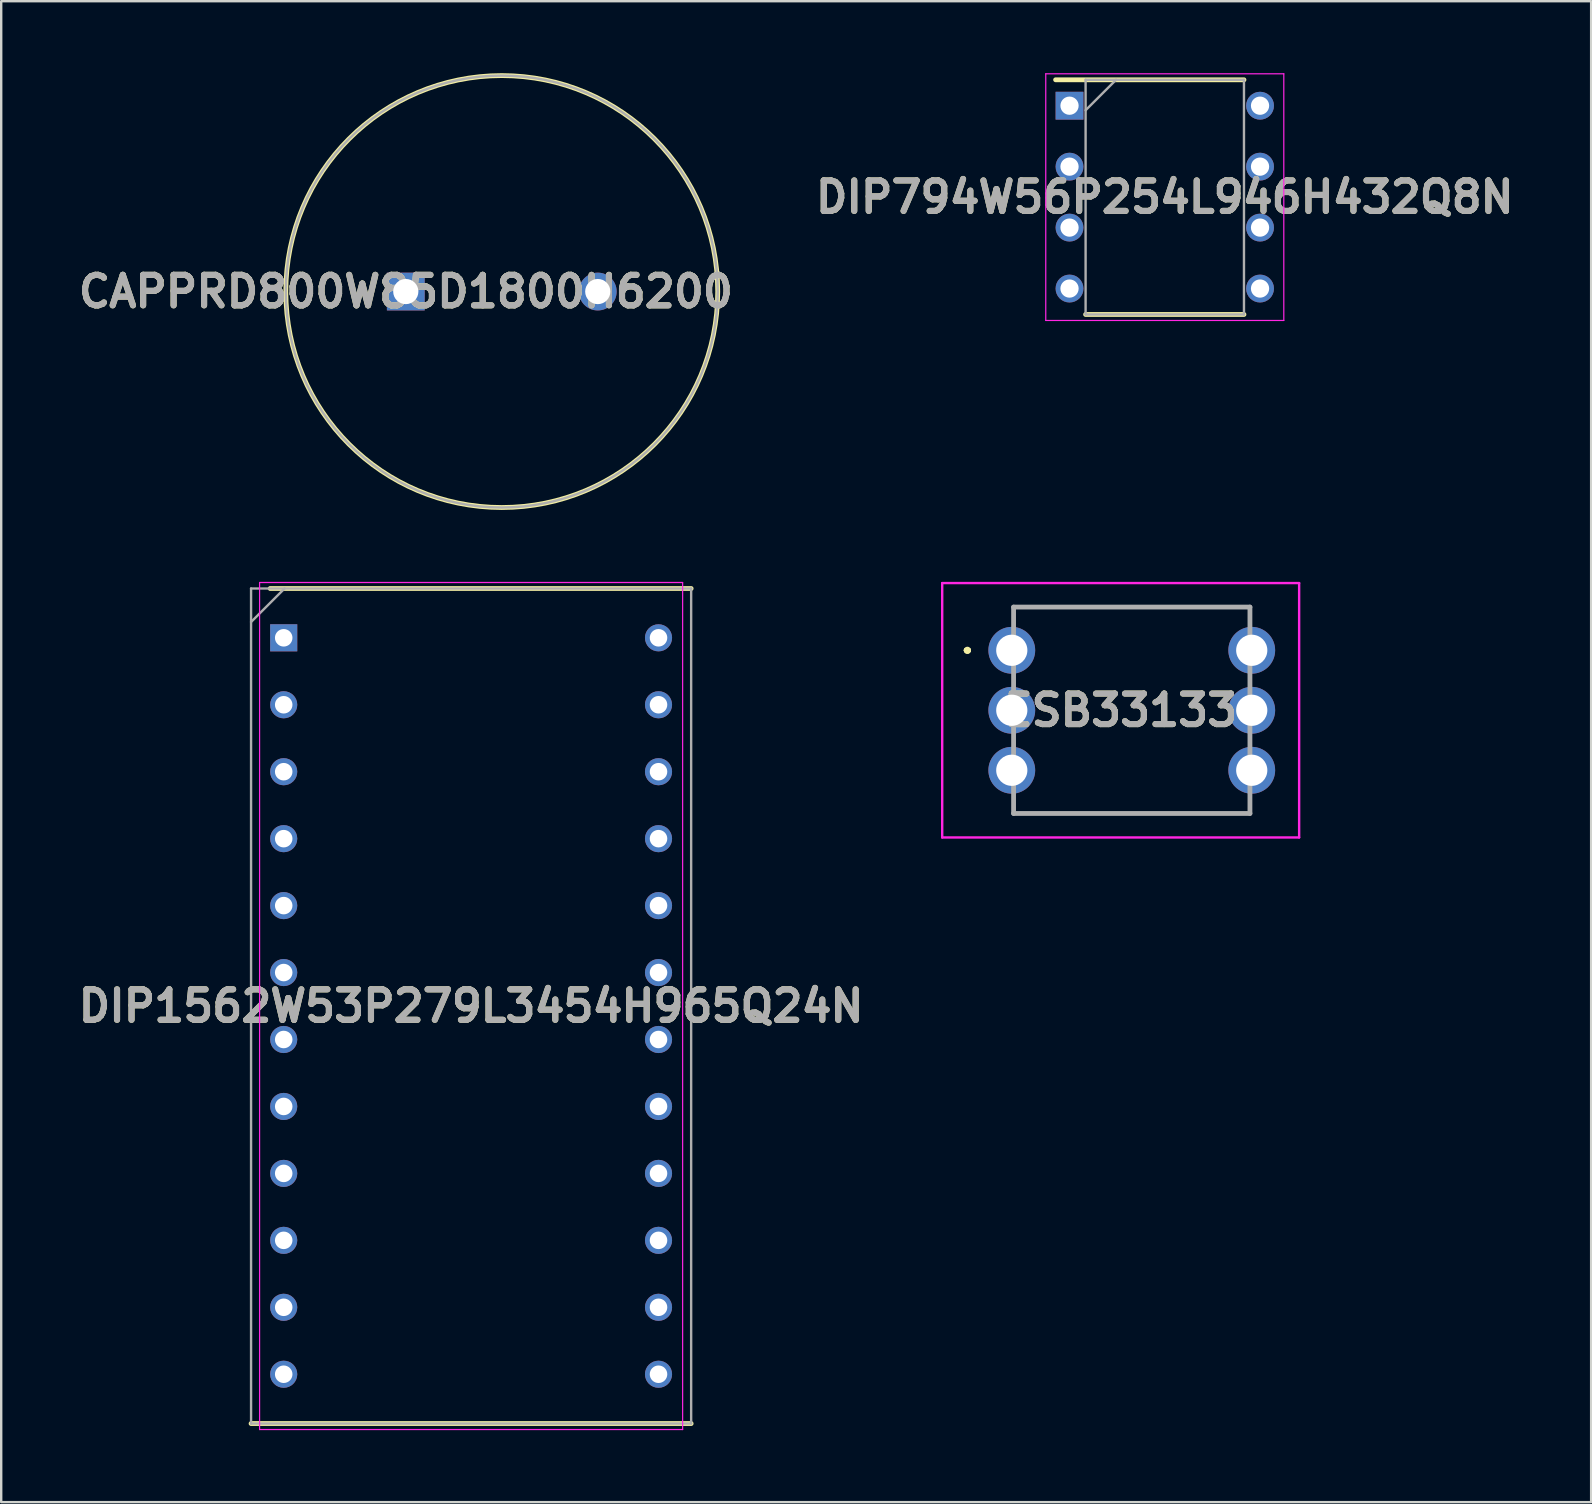
<source format=kicad_pcb>
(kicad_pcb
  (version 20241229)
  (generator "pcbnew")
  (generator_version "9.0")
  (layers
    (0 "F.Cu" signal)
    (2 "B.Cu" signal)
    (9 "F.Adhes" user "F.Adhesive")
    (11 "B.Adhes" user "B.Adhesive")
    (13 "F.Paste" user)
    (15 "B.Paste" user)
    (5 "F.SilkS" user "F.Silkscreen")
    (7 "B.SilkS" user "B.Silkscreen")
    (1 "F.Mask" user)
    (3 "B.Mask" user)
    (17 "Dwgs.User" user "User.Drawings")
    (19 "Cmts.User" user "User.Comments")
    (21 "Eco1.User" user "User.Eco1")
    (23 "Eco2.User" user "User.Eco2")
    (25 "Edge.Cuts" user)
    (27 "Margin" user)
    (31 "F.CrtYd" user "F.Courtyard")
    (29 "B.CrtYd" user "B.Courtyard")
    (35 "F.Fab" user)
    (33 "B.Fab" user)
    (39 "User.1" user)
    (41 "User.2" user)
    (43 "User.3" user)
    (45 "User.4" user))
  (footprint "CAPPRD800W85D1800H6200"
    (layer "F.Cu")
    (at 13.861 9.1)
    (property "Reference" "CAPPRD800W85D1800H6200" (at 0 0 0) (layer "F.SilkS") (effects (font (size 1.27 1.27) (thickness 0.254))))
    (attr through_hole)
    (fp_circle (center 4 0) (end 4 9) (stroke (width 0.2) (type solid)) (fill no) (layer "F.SilkS"))
    (fp_circle (center 4 0) (end 4 9) (stroke (width 0.1) (type solid)) (fill no) (layer "F.Fab"))
    (fp_text user "${REFERENCE}" (at 0 0 0) (layer "F.Fab") (effects (font (size 1.27 1.27) (thickness 0.254))))
    (pad "1" thru_hole rect (at 0 0) (size 1.575 1.575) (drill 1.05) (layers "*.Cu" "*.Mask"))
    (pad "2" thru_hole circle (at 8 0) (size 1.575 1.575) (drill 1.05) (layers "*.Cu" "*.Mask")))
  (footprint "DIP1562W53P279L3454H965Q24N"
    (layer "F.Cu")
    (at 16.583 38.875)
    (property "Reference" "DIP1562W53P279L3454H965Q24N" (at 0 0 0) (layer "F.SilkS") (effects (font (size 1.27 1.27) (thickness 0.254))))
    (attr through_hole)
    (fp_line (start -9.17 17.4) (end 9.17 17.4) (stroke (width 0.2) (type solid)) (layer "F.SilkS"))
    (fp_line (start -8.375 -17.4) (end 9.17 -17.4) (stroke (width 0.2) (type solid)) (layer "F.SilkS"))
    (fp_line (start -8.815 -17.65) (end 8.815 -17.65) (stroke (width 0.05) (type solid)) (layer "F.CrtYd"))
    (fp_line (start -8.815 17.65) (end -8.815 -17.65) (stroke (width 0.05) (type solid)) (layer "F.CrtYd"))
    (fp_line (start 8.815 -17.65) (end 8.815 17.65) (stroke (width 0.05) (type solid)) (layer "F.CrtYd"))
    (fp_line (start 8.815 17.65) (end -8.815 17.65) (stroke (width 0.05) (type solid)) (layer "F.CrtYd"))
    (fp_line (start -9.17 -17.4) (end 9.17 -17.4) (stroke (width 0.1) (type solid)) (layer "F.Fab"))
    (fp_line (start -9.17 -16.005) (end -7.775 -17.4) (stroke (width 0.1) (type solid)) (layer "F.Fab"))
    (fp_line (start -9.17 17.4) (end -9.17 -17.4) (stroke (width 0.1) (type solid)) (layer "F.Fab"))
    (fp_line (start 9.17 -17.4) (end 9.17 17.4) (stroke (width 0.1) (type solid)) (layer "F.Fab"))
    (fp_line (start 9.17 17.4) (end -9.17 17.4) (stroke (width 0.1) (type solid)) (layer "F.Fab"))
    (fp_text user "${REFERENCE}" (at 0 0 0) (layer "F.Fab") (effects (font (size 1.27 1.27) (thickness 0.254))))
    (pad "1" thru_hole rect (at -7.81 -15.345) (size 1.13 1.13) (drill 0.73) (layers "*.Cu" "*.Mask"))
    (pad "2" thru_hole circle (at -7.81 -12.555) (size 1.13 1.13) (drill 0.73) (layers "*.Cu" "*.Mask"))
    (pad "3" thru_hole circle (at -7.81 -9.765) (size 1.13 1.13) (drill 0.73) (layers "*.Cu" "*.Mask"))
    (pad "4" thru_hole circle (at -7.81 -6.975) (size 1.13 1.13) (drill 0.73) (layers "*.Cu" "*.Mask"))
    (pad "5" thru_hole circle (at -7.81 -4.185) (size 1.13 1.13) (drill 0.73) (layers "*.Cu" "*.Mask"))
    (pad "6" thru_hole circle (at -7.81 -1.395) (size 1.13 1.13) (drill 0.73) (layers "*.Cu" "*.Mask"))
    (pad "7" thru_hole circle (at -7.81 1.395) (size 1.13 1.13) (drill 0.73) (layers "*.Cu" "*.Mask"))
    (pad "8" thru_hole circle (at -7.81 4.185) (size 1.13 1.13) (drill 0.73) (layers "*.Cu" "*.Mask"))
    (pad "9" thru_hole circle (at -7.81 6.975) (size 1.13 1.13) (drill 0.73) (layers "*.Cu" "*.Mask"))
    (pad "10" thru_hole circle (at -7.81 9.765) (size 1.13 1.13) (drill 0.73) (layers "*.Cu" "*.Mask"))
    (pad "11" thru_hole circle (at -7.81 12.555) (size 1.13 1.13) (drill 0.73) (layers "*.Cu" "*.Mask"))
    (pad "12" thru_hole circle (at -7.81 15.345) (size 1.13 1.13) (drill 0.73) (layers "*.Cu" "*.Mask"))
    (pad "13" thru_hole circle (at 7.81 15.345) (size 1.13 1.13) (drill 0.73) (layers "*.Cu" "*.Mask"))
    (pad "14" thru_hole circle (at 7.81 12.555) (size 1.13 1.13) (drill 0.73) (layers "*.Cu" "*.Mask"))
    (pad "15" thru_hole circle (at 7.81 9.765) (size 1.13 1.13) (drill 0.73) (layers "*.Cu" "*.Mask"))
    (pad "16" thru_hole circle (at 7.81 6.975) (size 1.13 1.13) (drill 0.73) (layers "*.Cu" "*.Mask"))
    (pad "17" thru_hole circle (at 7.81 4.185) (size 1.13 1.13) (drill 0.73) (layers "*.Cu" "*.Mask"))
    (pad "18" thru_hole circle (at 7.81 1.395) (size 1.13 1.13) (drill 0.73) (layers "*.Cu" "*.Mask"))
    (pad "19" thru_hole circle (at 7.81 -1.395) (size 1.13 1.13) (drill 0.73) (layers "*.Cu" "*.Mask"))
    (pad "20" thru_hole circle (at 7.81 -4.185) (size 1.13 1.13) (drill 0.73) (layers "*.Cu" "*.Mask"))
    (pad "21" thru_hole circle (at 7.81 -6.975) (size 1.13 1.13) (drill 0.73) (layers "*.Cu" "*.Mask"))
    (pad "22" thru_hole circle (at 7.81 -9.765) (size 1.13 1.13) (drill 0.73) (layers "*.Cu" "*.Mask"))
    (pad "23" thru_hole circle (at 7.81 -12.555) (size 1.13 1.13) (drill 0.73) (layers "*.Cu" "*.Mask"))
    (pad "24" thru_hole circle (at 7.81 -15.345) (size 1.13 1.13) (drill 0.73) (layers "*.Cu" "*.Mask")))
  (footprint "DIP794W56P254L946H432Q8N"
    (layer "F.Cu")
    (at 45.491 5.165)
    (property "Reference" "DIP794W56P254L946H432Q8N" (at 0 0 0) (layer "F.SilkS") (effects (font (size 1.27 1.27) (thickness 0.254))))
    (attr through_hole)
    (fp_line (start -4.55 -4.89) (end 3.3 -4.89) (stroke (width 0.2) (type solid)) (layer "F.SilkS"))
    (fp_line (start -3.3 4.89) (end 3.3 4.89) (stroke (width 0.2) (type solid)) (layer "F.SilkS"))
    (fp_line (start -4.96 -5.14) (end 4.96 -5.14) (stroke (width 0.05) (type solid)) (layer "F.CrtYd"))
    (fp_line (start -4.96 5.14) (end -4.96 -5.14) (stroke (width 0.05) (type solid)) (layer "F.CrtYd"))
    (fp_line (start 4.96 -5.14) (end 4.96 5.14) (stroke (width 0.05) (type solid)) (layer "F.CrtYd"))
    (fp_line (start 4.96 5.14) (end -4.96 5.14) (stroke (width 0.05) (type solid)) (layer "F.CrtYd"))
    (fp_line (start -3.3 -4.89) (end 3.3 -4.89) (stroke (width 0.1) (type solid)) (layer "F.Fab"))
    (fp_line (start -3.3 -3.62) (end -2.03 -4.89) (stroke (width 0.1) (type solid)) (layer "F.Fab"))
    (fp_line (start -3.3 4.89) (end -3.3 -4.89) (stroke (width 0.1) (type solid)) (layer "F.Fab"))
    (fp_line (start 3.3 -4.89) (end 3.3 4.89) (stroke (width 0.1) (type solid)) (layer "F.Fab"))
    (fp_line (start 3.3 4.89) (end -3.3 4.89) (stroke (width 0.1) (type solid)) (layer "F.Fab"))
    (fp_text user "${REFERENCE}" (at 0 0 0) (layer "F.Fab") (effects (font (size 1.27 1.27) (thickness 0.254))))
    (pad "1" thru_hole rect (at -3.97 -3.81) (size 1.16 1.16) (drill 0.76) (layers "*.Cu" "*.Mask"))
    (pad "2" thru_hole circle (at -3.97 -1.27) (size 1.16 1.16) (drill 0.76) (layers "*.Cu" "*.Mask"))
    (pad "3" thru_hole circle (at -3.97 1.27) (size 1.16 1.16) (drill 0.76) (layers "*.Cu" "*.Mask"))
    (pad "4" thru_hole circle (at -3.97 3.81) (size 1.16 1.16) (drill 0.76) (layers "*.Cu" "*.Mask"))
    (pad "5" thru_hole circle (at 3.97 3.81) (size 1.16 1.16) (drill 0.76) (layers "*.Cu" "*.Mask"))
    (pad "6" thru_hole circle (at 3.97 1.27) (size 1.16 1.16) (drill 0.76) (layers "*.Cu" "*.Mask"))
    (pad "7" thru_hole circle (at 3.97 -1.27) (size 1.16 1.16) (drill 0.76) (layers "*.Cu" "*.Mask"))
    (pad "8" thru_hole circle (at 3.97 -3.81) (size 1.16 1.16) (drill 0.76) (layers "*.Cu" "*.Mask")))
  (footprint "ESB33133"
    (layer "F.Cu")
    (at 39.115 24.05)
    (property "Reference" "ESB33133" (at 4.537 2.5 0) (layer "F.SilkS") (effects (font (size 1.27 1.27) (thickness 0.254))))
    (attr through_hole)
    (fp_line (start -1.9 0) (end -1.9 0) (stroke (width 0.2) (type solid)) (layer "F.SilkS"))
    (fp_line (start -1.9 0) (end -1.9 0) (stroke (width 0.2) (type solid)) (layer "F.SilkS"))
    (fp_line (start -1.8 0) (end -1.8 0) (stroke (width 0.2) (type solid)) (layer "F.SilkS"))
    (fp_line (start 0.075 -1.8) (end 0.075 -1.8) (stroke (width 0.1) (type solid)) (layer "F.SilkS"))
    (fp_line (start 0.075 -1.8) (end 0.075 -1.8) (stroke (width 0.1) (type solid)) (layer "F.SilkS"))
    (fp_line (start 0.075 -1.8) (end 0.075 -1.5) (stroke (width 0.1) (type solid)) (layer "F.SilkS"))
    (fp_line (start 0.075 -1.8) (end 9.925 -1.8) (stroke (width 0.1) (type solid)) (layer "F.SilkS"))
    (fp_line (start 0.075 -1.5) (end 0.075 -1.8) (stroke (width 0.1) (type solid)) (layer "F.SilkS"))
    (fp_line (start 0.075 -1.5) (end 0.075 -1.5) (stroke (width 0.1) (type solid)) (layer "F.SilkS"))
    (fp_line (start 0.075 6.5) (end 0.075 6.5) (stroke (width 0.1) (type solid)) (layer "F.SilkS"))
    (fp_line (start 0.075 6.5) (end 0.075 6.8) (stroke (width 0.1) (type solid)) (layer "F.SilkS"))
    (fp_line (start 0.075 6.8) (end 0.075 6.5) (stroke (width 0.1) (type solid)) (layer "F.SilkS"))
    (fp_line (start 0.075 6.8) (end 0.075 6.8) (stroke (width 0.1) (type solid)) (layer "F.SilkS"))
    (fp_line (start 0.075 6.8) (end 0.075 6.8) (stroke (width 0.1) (type solid)) (layer "F.SilkS"))
    (fp_line (start 0.075 6.8) (end 9.925 6.8) (stroke (width 0.1) (type solid)) (layer "F.SilkS"))
    (fp_line (start 9.925 -1.8) (end 0.075 -1.8) (stroke (width 0.1) (type solid)) (layer "F.SilkS"))
    (fp_line (start 9.925 -1.8) (end 9.925 -1.8) (stroke (width 0.1) (type solid)) (layer "F.SilkS"))
    (fp_line (start 9.925 -1.8) (end 9.925 -1.8) (stroke (width 0.1) (type solid)) (layer "F.SilkS"))
    (fp_line (start 9.925 -1.8) (end 9.925 -1.5) (stroke (width 0.1) (type solid)) (layer "F.SilkS"))
    (fp_line (start 9.925 -1.5) (end 9.925 -1.8) (stroke (width 0.1) (type solid)) (layer "F.SilkS"))
    (fp_line (start 9.925 -1.5) (end 9.925 -1.5) (stroke (width 0.1) (type solid)) (layer "F.SilkS"))
    (fp_line (start 9.925 6.5) (end 9.925 6.5) (stroke (width 0.1) (type solid)) (layer "F.SilkS"))
    (fp_line (start 9.925 6.5) (end 9.925 6.8) (stroke (width 0.1) (type solid)) (layer "F.SilkS"))
    (fp_line (start 9.925 6.8) (end 0.075 6.8) (stroke (width 0.1) (type solid)) (layer "F.SilkS"))
    (fp_line (start 9.925 6.8) (end 9.925 6.5) (stroke (width 0.1) (type solid)) (layer "F.SilkS"))
    (fp_line (start 9.925 6.8) (end 9.925 6.8) (stroke (width 0.1) (type solid)) (layer "F.SilkS"))
    (fp_line (start 9.925 6.8) (end 9.925 6.8) (stroke (width 0.1) (type solid)) (layer "F.SilkS"))
    (fp_arc (start -1.9 0) (mid -1.85 -0.05) (end -1.8 0) (stroke (width 0.2) (type solid)) (layer "F.SilkS"))
    (fp_arc (start -1.8 0) (mid -1.85 0.05) (end -1.9 0) (stroke (width 0.2) (type solid)) (layer "F.SilkS"))
    (fp_arc (start -1.8 0) (mid -1.85 0.05) (end -1.9 0) (stroke (width 0.2) (type solid)) (layer "F.SilkS"))
    (fp_line (start -2.9 -2.8) (end 11.975 -2.8) (stroke (width 0.1) (type solid)) (layer "F.CrtYd"))
    (fp_line (start -2.9 7.8) (end -2.9 -2.8) (stroke (width 0.1) (type solid)) (layer "F.CrtYd"))
    (fp_line (start 11.975 -2.8) (end 11.975 7.8) (stroke (width 0.1) (type solid)) (layer "F.CrtYd"))
    (fp_line (start 11.975 7.8) (end -2.9 7.8) (stroke (width 0.1) (type solid)) (layer "F.CrtYd"))
    (fp_line (start 0.075 -1.8) (end 0.075 6.8) (stroke (width 0.2) (type solid)) (layer "F.Fab"))
    (fp_line (start 0.075 6.8) (end 9.925 6.8) (stroke (width 0.2) (type solid)) (layer "F.Fab"))
    (fp_line (start 9.925 -1.8) (end 0.075 -1.8) (stroke (width 0.2) (type solid)) (layer "F.Fab"))
    (fp_line (start 9.925 6.8) (end 9.925 -1.8) (stroke (width 0.2) (type solid)) (layer "F.Fab"))
    (fp_text user "${REFERENCE}" (at 4.537 2.5 0) (layer "F.Fab") (effects (font (size 1.27 1.27) (thickness 0.254))))
    (pad "" np_thru_hole circle (at 5 1.5) (size 0.001 0.001) (drill 1.8) (layers "*.Cu" "*.Mask"))
    (pad "1" thru_hole circle (at 0 0) (size 1.95 1.95) (drill 1.3) (layers "*.Cu" "*.Mask"))
    (pad "2" thru_hole circle (at 0 2.5) (size 1.95 1.95) (drill 1.3) (layers "*.Cu" "*.Mask"))
    (pad "3" thru_hole circle (at 0 5) (size 1.95 1.95) (drill 1.3) (layers "*.Cu" "*.Mask"))
    (pad "4" thru_hole circle (at 10 5) (size 1.95 1.95) (drill 1.3) (layers "*.Cu" "*.Mask"))
    (pad "5" thru_hole circle (at 10 2.5) (size 1.95 1.95) (drill 1.3) (layers "*.Cu" "*.Mask"))
    (pad "6" thru_hole circle (at 10 0) (size 1.95 1.95) (drill 1.3) (layers "*.Cu" "*.Mask")))
  (gr_rect
    (start -3 -3)
    (end 63.259 59.55)
    (stroke (width 0.1) (type default))
    (fill no)
    (layer "Edge.Cuts")))
</source>
